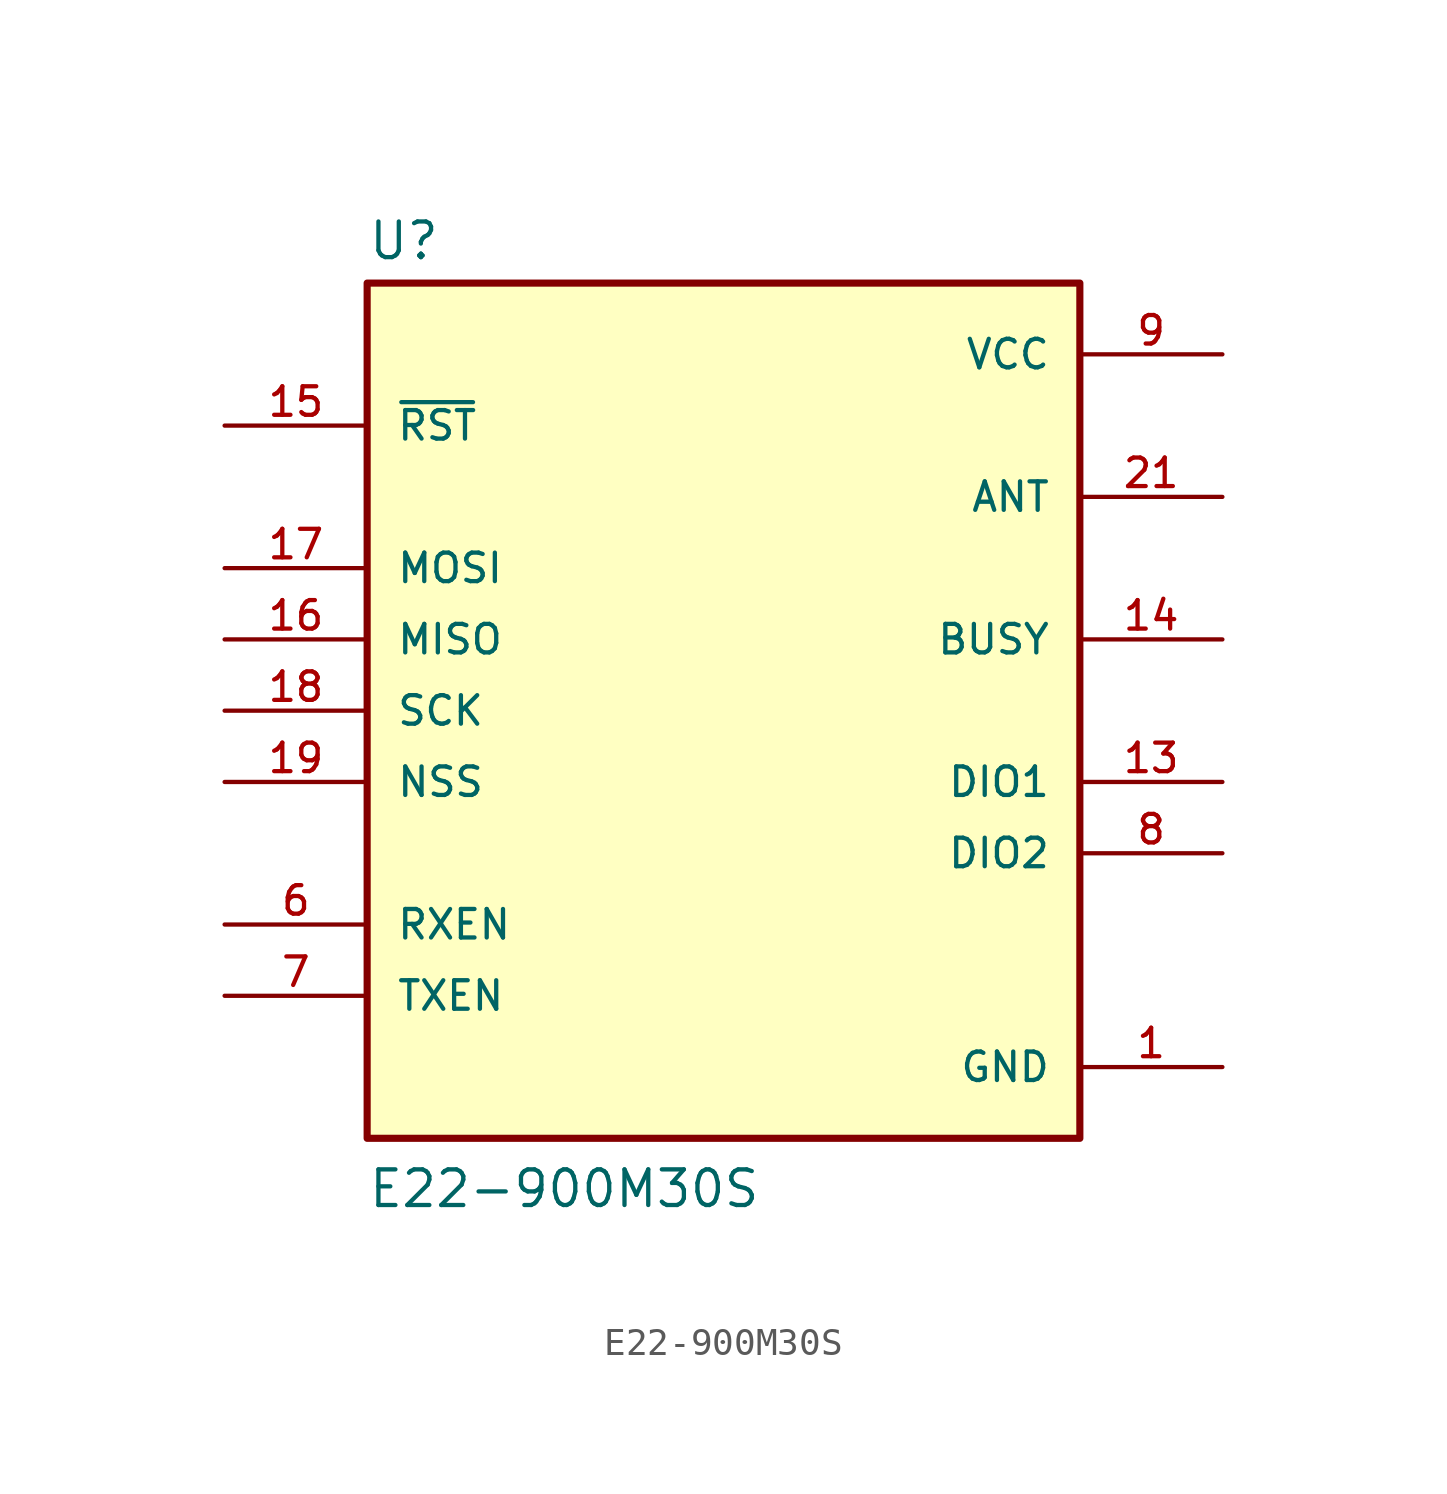
<source format=kicad_sym>
(kicad_symbol_lib
  (version 20241209)
  (generator "kicad_symbol_editor")
  (generator_version "9.0")
  (symbol "E22-900M30S"
    (pin_names
      (offset 1.016))
    (property "Reference" "U"
      (at -12.7 16.002 0)
      (effects (font (size 1.27 1.27)) (justify left bottom)))
    (property "Value" "E22-900M30S"
      (at -12.7 -17.78 0)
      (effects (font (size 1.27 1.27)) (justify left bottom)))
    (symbol "E22-900M30S_0_0"
      (rectangle (start -12.7 -15.24) (end 12.7 15.24) (stroke (width 0.254) (type default)) (fill (type background)))
      (pin input line (at -17.78 10.16 0) (length 5.08) (name "~{RST}" (effects (font (size 1.016 1.016)))) (number "15" (effects (font (size 1.016 1.016)))))
      (pin input line (at -17.78 5.08 0) (length 5.08) (name "MOSI" (effects (font (size 1.016 1.016)))) (number "17" (effects (font (size 1.016 1.016)))))
      (pin output line (at -17.78 2.54 0) (length 5.08) (name "MISO" (effects (font (size 1.016 1.016)))) (number "16" (effects (font (size 1.016 1.016)))))
      (pin input line (at -17.78 0 0) (length 5.08) (name "SCK" (effects (font (size 1.016 1.016)))) (number "18" (effects (font (size 1.016 1.016)))))
      (pin input line (at -17.78 -2.54 0) (length 5.08) (name "NSS" (effects (font (size 1.016 1.016)))) (number "19" (effects (font (size 1.016 1.016)))))
      (pin input line (at -17.78 -7.62 0) (length 5.08) (name "RXEN" (effects (font (size 1.016 1.016)))) (number "6" (effects (font (size 1.016 1.016)))))
      (pin input line (at -17.78 -10.16 0) (length 5.08) (name "TXEN" (effects (font (size 1.016 1.016)))) (number "7" (effects (font (size 1.016 1.016)))))
      (pin power_in line (at 17.78 12.7 180) (length 5.08) (hide yes) (name "VCC" (effects (font (size 1.016 1.016)))) (number "10" (effects (font (size 1.016 1.016)))))
      (pin power_in line (at 17.78 12.7 180) (length 5.08) (name "VCC" (effects (font (size 1.016 1.016)))) (number "9" (effects (font (size 1.016 1.016)))))
      (pin output line (at 17.78 7.62 180) (length 5.08) (name "ANT" (effects (font (size 1.016 1.016)))) (number "21" (effects (font (size 1.016 1.016)))))
      (pin output line (at 17.78 2.54 180) (length 5.08) (name "BUSY" (effects (font (size 1.016 1.016)))) (number "14" (effects (font (size 1.016 1.016)))))
      (pin bidirectional line (at 17.78 -2.54 180) (length 5.08) (name "DIO1" (effects (font (size 1.016 1.016)))) (number "13" (effects (font (size 1.016 1.016)))))
      (pin bidirectional line (at 17.78 -5.08 180) (length 5.08) (name "DIO2" (effects (font (size 1.016 1.016)))) (number "8" (effects (font (size 1.016 1.016)))))
      (pin power_in line (at 17.78 -12.7 180) (length 5.08) (name "GND" (effects (font (size 1.016 1.016)))) (number "1" (effects (font (size 1.016 1.016)))))
      (pin power_in line (at 17.78 -12.7 180) (length 5.08) (hide yes) (name "GND" (effects (font (size 1.016 1.016)))) (number "11" (effects (font (size 1.016 1.016)))))
      (pin power_in line (at 17.78 -12.7 180) (length 5.08) (hide yes) (name "GND" (effects (font (size 1.016 1.016)))) (number "12" (effects (font (size 1.016 1.016)))))
      (pin power_in line (at 17.78 -12.7 180) (length 5.08) (hide yes) (name "GND" (effects (font (size 1.016 1.016)))) (number "2" (effects (font (size 1.016 1.016)))))
      (pin power_in line (at 17.78 -12.7 180) (length 5.08) (hide yes) (name "GND" (effects (font (size 1.016 1.016)))) (number "20" (effects (font (size 1.016 1.016)))))
      (pin power_in line (at 17.78 -12.7 180) (length 5.08) (hide yes) (name "GND" (effects (font (size 1.016 1.016)))) (number "22" (effects (font (size 1.016 1.016)))))
      (pin power_in line (at 17.78 -12.7 180) (length 5.08) (hide yes) (name "GND" (effects (font (size 1.016 1.016)))) (number "3" (effects (font (size 1.016 1.016)))))
      (pin power_in line (at 17.78 -12.7 180) (length 5.08) (hide yes) (name "GND" (effects (font (size 1.016 1.016)))) (number "4" (effects (font (size 1.016 1.016)))))
      (pin power_in line (at 17.78 -12.7 180) (length 5.08) (hide yes) (name "GND" (effects (font (size 1.016 1.016)))) (number "5" (effects (font (size 1.016 1.016))))))))
</source>
